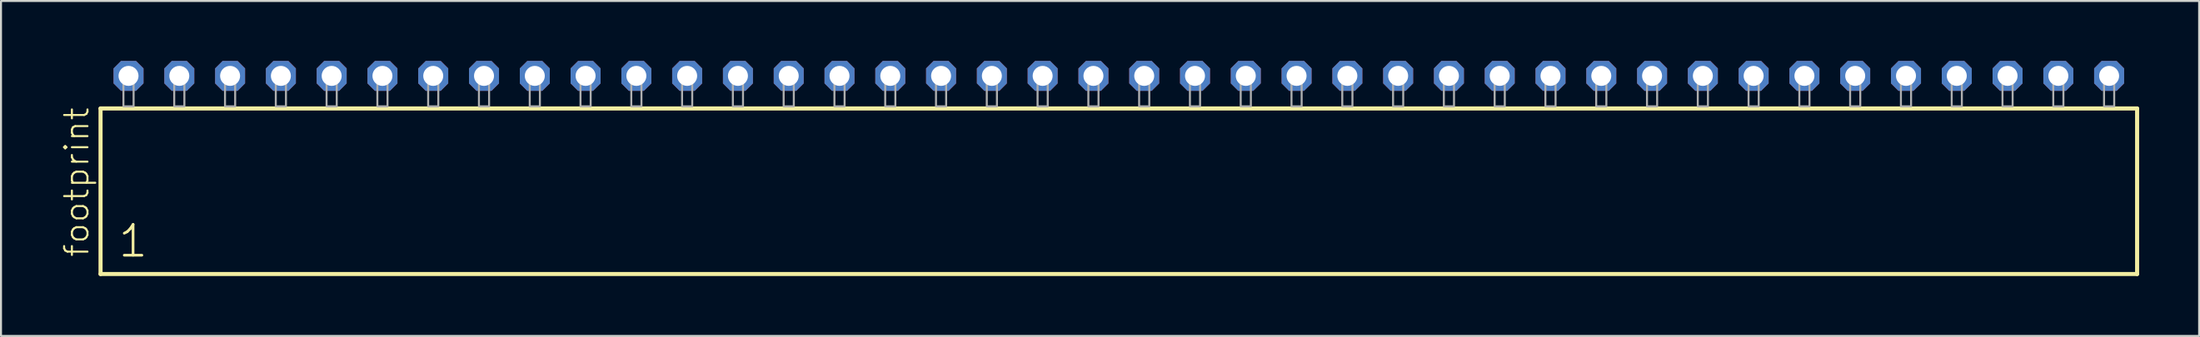
<source format=kicad_pcb>
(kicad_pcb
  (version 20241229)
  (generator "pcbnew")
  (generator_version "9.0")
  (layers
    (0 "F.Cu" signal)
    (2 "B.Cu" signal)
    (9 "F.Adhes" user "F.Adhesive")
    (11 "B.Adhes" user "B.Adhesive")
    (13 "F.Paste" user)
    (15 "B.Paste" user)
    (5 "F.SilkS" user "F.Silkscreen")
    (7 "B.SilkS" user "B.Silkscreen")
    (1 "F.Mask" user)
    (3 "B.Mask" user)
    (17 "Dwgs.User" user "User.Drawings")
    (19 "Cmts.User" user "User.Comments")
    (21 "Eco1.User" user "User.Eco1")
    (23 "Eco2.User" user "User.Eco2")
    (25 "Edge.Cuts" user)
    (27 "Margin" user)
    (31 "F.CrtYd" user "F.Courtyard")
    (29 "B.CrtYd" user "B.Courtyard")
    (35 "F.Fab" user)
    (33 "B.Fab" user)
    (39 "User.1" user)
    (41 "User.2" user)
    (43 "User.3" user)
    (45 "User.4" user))
  (footprint "footprint"
    (layer "F.Cu")
    (at 52.908 2.274)
    (property "Reference" "footprint" (at -51.435 7.62 90) (layer "F.SilkS") (effects (font (size 1.168 1.168) (thickness 0.102)) (justify left bottom)))
    (fp_line (start -50.929 0.106) (end -50.929 8.396) (stroke (width 0.203) (type solid)) (layer "F.SilkS"))
    (fp_line (start -50.929 8.396) (end 50.929 8.396) (stroke (width 0.203) (type solid)) (layer "F.SilkS"))
    (fp_line (start 50.929 0.106) (end -50.929 0.106) (stroke (width 0.203) (type solid)) (layer "F.SilkS"))
    (fp_line (start 50.929 8.396) (end 50.929 0.106) (stroke (width 0.203) (type solid)) (layer "F.SilkS"))
    (fp_poly (pts (xy -49.784 0) (xy -49.276 0) (xy -49.276 -1.778) (xy -49.784 -1.778)) (stroke (width 0.1) (type solid)) (fill no) (layer "F.Fab"))
    (fp_poly (pts (xy -47.244 0) (xy -46.736 0) (xy -46.736 -1.778) (xy -47.244 -1.778)) (stroke (width 0.1) (type solid)) (fill no) (layer "F.Fab"))
    (fp_poly (pts (xy -44.704 0) (xy -44.196 0) (xy -44.196 -1.778) (xy -44.704 -1.778)) (stroke (width 0.1) (type solid)) (fill no) (layer "F.Fab"))
    (fp_poly (pts (xy -42.164 0) (xy -41.656 0) (xy -41.656 -1.778) (xy -42.164 -1.778)) (stroke (width 0.1) (type solid)) (fill no) (layer "F.Fab"))
    (fp_poly (pts (xy -39.624 0) (xy -39.116 0) (xy -39.116 -1.778) (xy -39.624 -1.778)) (stroke (width 0.1) (type solid)) (fill no) (layer "F.Fab"))
    (fp_poly (pts (xy -37.084 0) (xy -36.576 0) (xy -36.576 -1.778) (xy -37.084 -1.778)) (stroke (width 0.1) (type solid)) (fill no) (layer "F.Fab"))
    (fp_poly (pts (xy -34.544 0) (xy -34.036 0) (xy -34.036 -1.778) (xy -34.544 -1.778)) (stroke (width 0.1) (type solid)) (fill no) (layer "F.Fab"))
    (fp_poly (pts (xy -32.004 0) (xy -31.496 0) (xy -31.496 -1.778) (xy -32.004 -1.778)) (stroke (width 0.1) (type solid)) (fill no) (layer "F.Fab"))
    (fp_poly (pts (xy -29.464 0) (xy -28.956 0) (xy -28.956 -1.778) (xy -29.464 -1.778)) (stroke (width 0.1) (type solid)) (fill no) (layer "F.Fab"))
    (fp_poly (pts (xy -26.924 0) (xy -26.416 0) (xy -26.416 -1.778) (xy -26.924 -1.778)) (stroke (width 0.1) (type solid)) (fill no) (layer "F.Fab"))
    (fp_poly (pts (xy -24.384 0) (xy -23.876 0) (xy -23.876 -1.778) (xy -24.384 -1.778)) (stroke (width 0.1) (type solid)) (fill no) (layer "F.Fab"))
    (fp_poly (pts (xy -21.844 0) (xy -21.336 0) (xy -21.336 -1.778) (xy -21.844 -1.778)) (stroke (width 0.1) (type solid)) (fill no) (layer "F.Fab"))
    (fp_poly (pts (xy -19.304 0) (xy -18.796 0) (xy -18.796 -1.778) (xy -19.304 -1.778)) (stroke (width 0.1) (type solid)) (fill no) (layer "F.Fab"))
    (fp_poly (pts (xy -16.764 0) (xy -16.256 0) (xy -16.256 -1.778) (xy -16.764 -1.778)) (stroke (width 0.1) (type solid)) (fill no) (layer "F.Fab"))
    (fp_poly (pts (xy -14.224 0) (xy -13.716 0) (xy -13.716 -1.778) (xy -14.224 -1.778)) (stroke (width 0.1) (type solid)) (fill no) (layer "F.Fab"))
    (fp_poly (pts (xy -11.684 0) (xy -11.176 0) (xy -11.176 -1.778) (xy -11.684 -1.778)) (stroke (width 0.1) (type solid)) (fill no) (layer "F.Fab"))
    (fp_poly (pts (xy -9.144 0) (xy -8.636 0) (xy -8.636 -1.778) (xy -9.144 -1.778)) (stroke (width 0.1) (type solid)) (fill no) (layer "F.Fab"))
    (fp_poly (pts (xy -6.604 0) (xy -6.096 0) (xy -6.096 -1.778) (xy -6.604 -1.778)) (stroke (width 0.1) (type solid)) (fill no) (layer "F.Fab"))
    (fp_poly (pts (xy -4.064 0) (xy -3.556 0) (xy -3.556 -1.778) (xy -4.064 -1.778)) (stroke (width 0.1) (type solid)) (fill no) (layer "F.Fab"))
    (fp_poly (pts (xy -1.524 0) (xy -1.016 0) (xy -1.016 -1.778) (xy -1.524 -1.778)) (stroke (width 0.1) (type solid)) (fill no) (layer "F.Fab"))
    (fp_poly (pts (xy 1.016 0) (xy 1.524 0) (xy 1.524 -1.778) (xy 1.016 -1.778)) (stroke (width 0.1) (type solid)) (fill no) (layer "F.Fab"))
    (fp_poly (pts (xy 3.556 0) (xy 4.064 0) (xy 4.064 -1.778) (xy 3.556 -1.778)) (stroke (width 0.1) (type solid)) (fill no) (layer "F.Fab"))
    (fp_poly (pts (xy 6.096 0) (xy 6.604 0) (xy 6.604 -1.778) (xy 6.096 -1.778)) (stroke (width 0.1) (type solid)) (fill no) (layer "F.Fab"))
    (fp_poly (pts (xy 8.636 0) (xy 9.144 0) (xy 9.144 -1.778) (xy 8.636 -1.778)) (stroke (width 0.1) (type solid)) (fill no) (layer "F.Fab"))
    (fp_poly (pts (xy 11.176 0) (xy 11.684 0) (xy 11.684 -1.778) (xy 11.176 -1.778)) (stroke (width 0.1) (type solid)) (fill no) (layer "F.Fab"))
    (fp_poly (pts (xy 13.716 0) (xy 14.224 0) (xy 14.224 -1.778) (xy 13.716 -1.778)) (stroke (width 0.1) (type solid)) (fill no) (layer "F.Fab"))
    (fp_poly (pts (xy 16.256 0) (xy 16.764 0) (xy 16.764 -1.778) (xy 16.256 -1.778)) (stroke (width 0.1) (type solid)) (fill no) (layer "F.Fab"))
    (fp_poly (pts (xy 18.796 0) (xy 19.304 0) (xy 19.304 -1.778) (xy 18.796 -1.778)) (stroke (width 0.1) (type solid)) (fill no) (layer "F.Fab"))
    (fp_poly (pts (xy 21.336 0) (xy 21.844 0) (xy 21.844 -1.778) (xy 21.336 -1.778)) (stroke (width 0.1) (type solid)) (fill no) (layer "F.Fab"))
    (fp_poly (pts (xy 23.876 0) (xy 24.384 0) (xy 24.384 -1.778) (xy 23.876 -1.778)) (stroke (width 0.1) (type solid)) (fill no) (layer "F.Fab"))
    (fp_poly (pts (xy 26.416 0) (xy 26.924 0) (xy 26.924 -1.778) (xy 26.416 -1.778)) (stroke (width 0.1) (type solid)) (fill no) (layer "F.Fab"))
    (fp_poly (pts (xy 28.956 0) (xy 29.464 0) (xy 29.464 -1.778) (xy 28.956 -1.778)) (stroke (width 0.1) (type solid)) (fill no) (layer "F.Fab"))
    (fp_poly (pts (xy 31.496 0) (xy 32.004 0) (xy 32.004 -1.778) (xy 31.496 -1.778)) (stroke (width 0.1) (type solid)) (fill no) (layer "F.Fab"))
    (fp_poly (pts (xy 34.036 0) (xy 34.544 0) (xy 34.544 -1.778) (xy 34.036 -1.778)) (stroke (width 0.1) (type solid)) (fill no) (layer "F.Fab"))
    (fp_poly (pts (xy 36.576 0) (xy 37.084 0) (xy 37.084 -1.778) (xy 36.576 -1.778)) (stroke (width 0.1) (type solid)) (fill no) (layer "F.Fab"))
    (fp_poly (pts (xy 39.116 0) (xy 39.624 0) (xy 39.624 -1.778) (xy 39.116 -1.778)) (stroke (width 0.1) (type solid)) (fill no) (layer "F.Fab"))
    (fp_poly (pts (xy 41.656 0) (xy 42.164 0) (xy 42.164 -1.778) (xy 41.656 -1.778)) (stroke (width 0.1) (type solid)) (fill no) (layer "F.Fab"))
    (fp_poly (pts (xy 44.196 0) (xy 44.704 0) (xy 44.704 -1.778) (xy 44.196 -1.778)) (stroke (width 0.1) (type solid)) (fill no) (layer "F.Fab"))
    (fp_poly (pts (xy 46.736 0) (xy 47.244 0) (xy 47.244 -1.778) (xy 46.736 -1.778)) (stroke (width 0.1) (type solid)) (fill no) (layer "F.Fab"))
    (fp_poly (pts (xy 49.276 0) (xy 49.784 0) (xy 49.784 -1.778) (xy 49.276 -1.778)) (stroke (width 0.1) (type solid)) (fill no) (layer "F.Fab"))
    (fp_text user "1" (at -50.125 7.65 0) (layer "F.SilkS") (effects (font (size 1.542 1.542) (thickness 0.134)) (justify left bottom)))
    (pad "1" thru_hole roundrect (at -49.53 -1.524) (size 1.5 1.5) (drill 1) (layers "*.Cu" "*.Mask") (roundrect_rratio 0.25) (chamfer_ratio 0.25) (chamfer top_left top_right bottom_left bottom_right))
    (pad "2" thru_hole roundrect (at -46.99 -1.524) (size 1.5 1.5) (drill 1) (layers "*.Cu" "*.Mask") (roundrect_rratio 0.25) (chamfer_ratio 0.25) (chamfer top_left top_right bottom_left bottom_right))
    (pad "3" thru_hole roundrect (at -44.45 -1.524) (size 1.5 1.5) (drill 1) (layers "*.Cu" "*.Mask") (roundrect_rratio 0.25) (chamfer_ratio 0.25) (chamfer top_left top_right bottom_left bottom_right))
    (pad "4" thru_hole roundrect (at -41.91 -1.524) (size 1.5 1.5) (drill 1) (layers "*.Cu" "*.Mask") (roundrect_rratio 0.25) (chamfer_ratio 0.25) (chamfer top_left top_right bottom_left bottom_right))
    (pad "5" thru_hole roundrect (at -39.37 -1.524) (size 1.5 1.5) (drill 1) (layers "*.Cu" "*.Mask") (roundrect_rratio 0.25) (chamfer_ratio 0.25) (chamfer top_left top_right bottom_left bottom_right))
    (pad "6" thru_hole roundrect (at -36.83 -1.524) (size 1.5 1.5) (drill 1) (layers "*.Cu" "*.Mask") (roundrect_rratio 0.25) (chamfer_ratio 0.25) (chamfer top_left top_right bottom_left bottom_right))
    (pad "7" thru_hole roundrect (at -34.29 -1.524) (size 1.5 1.5) (drill 1) (layers "*.Cu" "*.Mask") (roundrect_rratio 0.25) (chamfer_ratio 0.25) (chamfer top_left top_right bottom_left bottom_right))
    (pad "8" thru_hole roundrect (at -31.75 -1.524) (size 1.5 1.5) (drill 1) (layers "*.Cu" "*.Mask") (roundrect_rratio 0.25) (chamfer_ratio 0.25) (chamfer top_left top_right bottom_left bottom_right))
    (pad "9" thru_hole roundrect (at -29.21 -1.524) (size 1.5 1.5) (drill 1) (layers "*.Cu" "*.Mask") (roundrect_rratio 0.25) (chamfer_ratio 0.25) (chamfer top_left top_right bottom_left bottom_right))
    (pad "10" thru_hole roundrect (at -26.67 -1.524) (size 1.5 1.5) (drill 1) (layers "*.Cu" "*.Mask") (roundrect_rratio 0.25) (chamfer_ratio 0.25) (chamfer top_left top_right bottom_left bottom_right))
    (pad "11" thru_hole roundrect (at -24.13 -1.524) (size 1.5 1.5) (drill 1) (layers "*.Cu" "*.Mask") (roundrect_rratio 0.25) (chamfer_ratio 0.25) (chamfer top_left top_right bottom_left bottom_right))
    (pad "12" thru_hole roundrect (at -21.59 -1.524) (size 1.5 1.5) (drill 1) (layers "*.Cu" "*.Mask") (roundrect_rratio 0.25) (chamfer_ratio 0.25) (chamfer top_left top_right bottom_left bottom_right))
    (pad "13" thru_hole roundrect (at -19.05 -1.524) (size 1.5 1.5) (drill 1) (layers "*.Cu" "*.Mask") (roundrect_rratio 0.25) (chamfer_ratio 0.25) (chamfer top_left top_right bottom_left bottom_right))
    (pad "14" thru_hole roundrect (at -16.51 -1.524) (size 1.5 1.5) (drill 1) (layers "*.Cu" "*.Mask") (roundrect_rratio 0.25) (chamfer_ratio 0.25) (chamfer top_left top_right bottom_left bottom_right))
    (pad "15" thru_hole roundrect (at -13.97 -1.524) (size 1.5 1.5) (drill 1) (layers "*.Cu" "*.Mask") (roundrect_rratio 0.25) (chamfer_ratio 0.25) (chamfer top_left top_right bottom_left bottom_right))
    (pad "16" thru_hole roundrect (at -11.43 -1.524) (size 1.5 1.5) (drill 1) (layers "*.Cu" "*.Mask") (roundrect_rratio 0.25) (chamfer_ratio 0.25) (chamfer top_left top_right bottom_left bottom_right))
    (pad "17" thru_hole roundrect (at -8.89 -1.524) (size 1.5 1.5) (drill 1) (layers "*.Cu" "*.Mask") (roundrect_rratio 0.25) (chamfer_ratio 0.25) (chamfer top_left top_right bottom_left bottom_right))
    (pad "18" thru_hole roundrect (at -6.35 -1.524) (size 1.5 1.5) (drill 1) (layers "*.Cu" "*.Mask") (roundrect_rratio 0.25) (chamfer_ratio 0.25) (chamfer top_left top_right bottom_left bottom_right))
    (pad "19" thru_hole roundrect (at -3.81 -1.524) (size 1.5 1.5) (drill 1) (layers "*.Cu" "*.Mask") (roundrect_rratio 0.25) (chamfer_ratio 0.25) (chamfer top_left top_right bottom_left bottom_right))
    (pad "20" thru_hole roundrect (at -1.27 -1.524) (size 1.5 1.5) (drill 1) (layers "*.Cu" "*.Mask") (roundrect_rratio 0.25) (chamfer_ratio 0.25) (chamfer top_left top_right bottom_left bottom_right))
    (pad "21" thru_hole roundrect (at 1.27 -1.524) (size 1.5 1.5) (drill 1) (layers "*.Cu" "*.Mask") (roundrect_rratio 0.25) (chamfer_ratio 0.25) (chamfer top_left top_right bottom_left bottom_right))
    (pad "22" thru_hole roundrect (at 3.81 -1.524) (size 1.5 1.5) (drill 1) (layers "*.Cu" "*.Mask") (roundrect_rratio 0.25) (chamfer_ratio 0.25) (chamfer top_left top_right bottom_left bottom_right))
    (pad "23" thru_hole roundrect (at 6.35 -1.524) (size 1.5 1.5) (drill 1) (layers "*.Cu" "*.Mask") (roundrect_rratio 0.25) (chamfer_ratio 0.25) (chamfer top_left top_right bottom_left bottom_right))
    (pad "24" thru_hole roundrect (at 8.89 -1.524) (size 1.5 1.5) (drill 1) (layers "*.Cu" "*.Mask") (roundrect_rratio 0.25) (chamfer_ratio 0.25) (chamfer top_left top_right bottom_left bottom_right))
    (pad "25" thru_hole roundrect (at 11.43 -1.524) (size 1.5 1.5) (drill 1) (layers "*.Cu" "*.Mask") (roundrect_rratio 0.25) (chamfer_ratio 0.25) (chamfer top_left top_right bottom_left bottom_right))
    (pad "26" thru_hole roundrect (at 13.97 -1.524) (size 1.5 1.5) (drill 1) (layers "*.Cu" "*.Mask") (roundrect_rratio 0.25) (chamfer_ratio 0.25) (chamfer top_left top_right bottom_left bottom_right))
    (pad "27" thru_hole roundrect (at 16.51 -1.524) (size 1.5 1.5) (drill 1) (layers "*.Cu" "*.Mask") (roundrect_rratio 0.25) (chamfer_ratio 0.25) (chamfer top_left top_right bottom_left bottom_right))
    (pad "28" thru_hole roundrect (at 19.05 -1.524) (size 1.5 1.5) (drill 1) (layers "*.Cu" "*.Mask") (roundrect_rratio 0.25) (chamfer_ratio 0.25) (chamfer top_left top_right bottom_left bottom_right))
    (pad "29" thru_hole roundrect (at 21.59 -1.524) (size 1.5 1.5) (drill 1) (layers "*.Cu" "*.Mask") (roundrect_rratio 0.25) (chamfer_ratio 0.25) (chamfer top_left top_right bottom_left bottom_right))
    (pad "30" thru_hole roundrect (at 24.13 -1.524) (size 1.5 1.5) (drill 1) (layers "*.Cu" "*.Mask") (roundrect_rratio 0.25) (chamfer_ratio 0.25) (chamfer top_left top_right bottom_left bottom_right))
    (pad "31" thru_hole roundrect (at 26.67 -1.524) (size 1.5 1.5) (drill 1) (layers "*.Cu" "*.Mask") (roundrect_rratio 0.25) (chamfer_ratio 0.25) (chamfer top_left top_right bottom_left bottom_right))
    (pad "32" thru_hole roundrect (at 29.21 -1.524) (size 1.5 1.5) (drill 1) (layers "*.Cu" "*.Mask") (roundrect_rratio 0.25) (chamfer_ratio 0.25) (chamfer top_left top_right bottom_left bottom_right))
    (pad "33" thru_hole roundrect (at 31.75 -1.524) (size 1.5 1.5) (drill 1) (layers "*.Cu" "*.Mask") (roundrect_rratio 0.25) (chamfer_ratio 0.25) (chamfer top_left top_right bottom_left bottom_right))
    (pad "34" thru_hole roundrect (at 34.29 -1.524) (size 1.5 1.5) (drill 1) (layers "*.Cu" "*.Mask") (roundrect_rratio 0.25) (chamfer_ratio 0.25) (chamfer top_left top_right bottom_left bottom_right))
    (pad "35" thru_hole roundrect (at 36.83 -1.524) (size 1.5 1.5) (drill 1) (layers "*.Cu" "*.Mask") (roundrect_rratio 0.25) (chamfer_ratio 0.25) (chamfer top_left top_right bottom_left bottom_right))
    (pad "36" thru_hole roundrect (at 39.37 -1.524) (size 1.5 1.5) (drill 1) (layers "*.Cu" "*.Mask") (roundrect_rratio 0.25) (chamfer_ratio 0.25) (chamfer top_left top_right bottom_left bottom_right))
    (pad "37" thru_hole roundrect (at 41.91 -1.524) (size 1.5 1.5) (drill 1) (layers "*.Cu" "*.Mask") (roundrect_rratio 0.25) (chamfer_ratio 0.25) (chamfer top_left top_right bottom_left bottom_right))
    (pad "38" thru_hole roundrect (at 44.45 -1.524) (size 1.5 1.5) (drill 1) (layers "*.Cu" "*.Mask") (roundrect_rratio 0.25) (chamfer_ratio 0.25) (chamfer top_left top_right bottom_left bottom_right))
    (pad "39" thru_hole roundrect (at 46.99 -1.524) (size 1.5 1.5) (drill 1) (layers "*.Cu" "*.Mask") (roundrect_rratio 0.25) (chamfer_ratio 0.25) (chamfer top_left top_right bottom_left bottom_right))
    (pad "40" thru_hole roundrect (at 49.53 -1.524) (size 1.5 1.5) (drill 1) (layers "*.Cu" "*.Mask") (roundrect_rratio 0.25) (chamfer_ratio 0.25) (chamfer top_left top_right bottom_left bottom_right)))
  (gr_rect
    (start -3 -3)
    (end 106.939 13.772)
    (stroke (width 0.1) (type default))
    (fill no)
    (layer "Edge.Cuts")))
</source>
